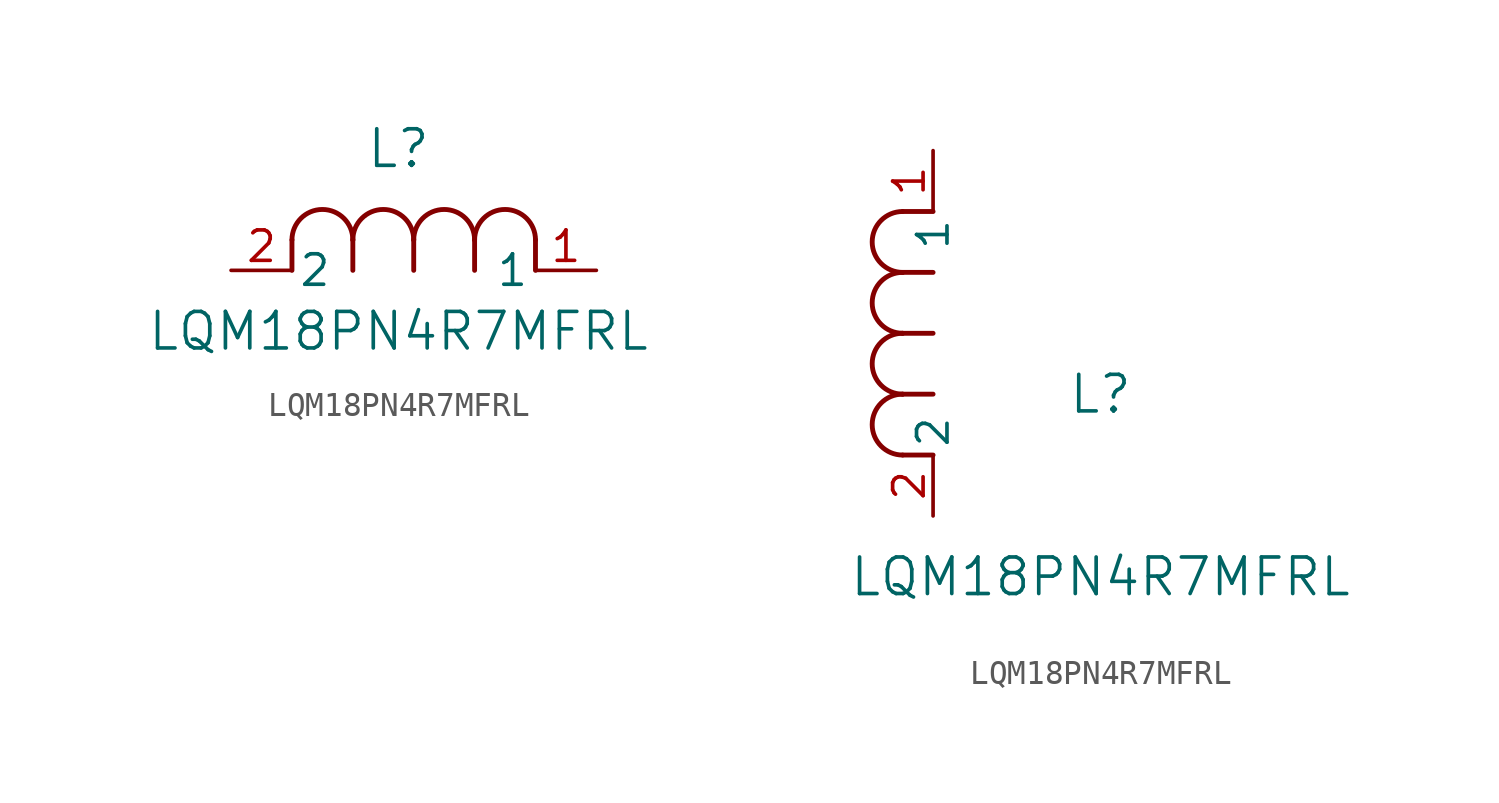
<source format=kicad_sym>
(kicad_symbol_lib
  (version 20211014)
  (generator kicad_symbol_editor)
  (symbol "LQM18PN4R7MFRL"
    (pin_names
      (offset 0.254))
    (property "Reference" "L"
      (at 6.985 5.08 0)
      (effects (font (size 1.524 1.524))))
    (property "Value" "LQM18PN4R7MFRL"
      (at 6.985 -2.54 0)
      (effects (font (size 1.524 1.524))))
    (symbol "LQM18PN4R7MFRL_1_1"
      (arc (start 7.62 1.27) (mid 6.35 2.54) (end 5.08 1.27) (stroke (width 0.2032) (type default) (color 0 0 0 0)) (fill (type none)))
      (polyline (pts (xy 5.08 0) (xy 5.08 1.27)) (stroke (width 0.203) (type default) (color 0 0 0 0)) (fill (type none)))
      (polyline (pts (xy 7.62 0) (xy 7.62 1.27)) (stroke (width 0.203) (type default) (color 0 0 0 0)) (fill (type none)))
      (polyline (pts (xy 12.7 0) (xy 12.7 1.27)) (stroke (width 0.203) (type default) (color 0 0 0 0)) (fill (type none)))
      (arc (start 5.08 1.27) (mid 3.81 2.54) (end 2.54 1.27) (stroke (width 0.2032) (type default) (color 0 0 0 0)) (fill (type none)))
      (arc (start 10.16 1.27) (mid 8.89 2.54) (end 7.62 1.27) (stroke (width 0.2032) (type default) (color 0 0 0 0)) (fill (type none)))
      (arc (start 12.7 1.27) (mid 11.43 2.54) (end 10.16 1.27) (stroke (width 0.2032) (type default) (color 0 0 0 0)) (fill (type none)))
      (polyline (pts (xy 2.54 0) (xy 2.54 1.27)) (stroke (width 0.203) (type default) (color 0 0 0 0)) (fill (type none)))
      (polyline (pts (xy 10.16 0) (xy 10.16 1.27)) (stroke (width 0.203) (type default) (color 0 0 0 0)) (fill (type none)))
      (pin unspecified line (at 0 0 0) (length 2.54) (name "2" (effects (font (size 1.27 1.27)))) (number "2" (effects (font (size 1.27 1.27)))))
      (pin unspecified line (at 15.24 0 180) (length 2.54) (name "1" (effects (font (size 1.27 1.27)))) (number "1" (effects (font (size 1.27 1.27))))))
    (symbol "LQM18PN4R7MFRL_1_2"
      (arc (start -1.27 7.62) (mid -2.54 6.35) (end -1.27 5.08) (stroke (width 0.2032) (type default) (color 0 0 0 0)) (fill (type none)))
      (arc (start -1.27 5.08) (mid -2.54 3.81) (end -1.27 2.54) (stroke (width 0.2032) (type default) (color 0 0 0 0)) (fill (type none)))
      (arc (start -1.27 12.7) (mid -2.54 11.43) (end -1.27 10.16) (stroke (width 0.2032) (type default) (color 0 0 0 0)) (fill (type none)))
      (arc (start -1.27 10.16) (mid -2.54 8.89) (end -1.27 7.62) (stroke (width 0.2032) (type default) (color 0 0 0 0)) (fill (type none)))
      (polyline (pts (xy 0 7.62) (xy -1.27 7.62)) (stroke (width 0.203) (type default) (color 0 0 0 0)) (fill (type none)))
      (polyline (pts (xy 0 5.08) (xy -1.27 5.08)) (stroke (width 0.203) (type default) (color 0 0 0 0)) (fill (type none)))
      (polyline (pts (xy 0 12.7) (xy -1.27 12.7)) (stroke (width 0.203) (type default) (color 0 0 0 0)) (fill (type none)))
      (polyline (pts (xy 0 2.54) (xy -1.27 2.54)) (stroke (width 0.203) (type default) (color 0 0 0 0)) (fill (type none)))
      (polyline (pts (xy 0 10.16) (xy -1.27 10.16)) (stroke (width 0.203) (type default) (color 0 0 0 0)) (fill (type none)))
      (pin unspecified line (at 0 0 90) (length 2.54) (name "2" (effects (font (size 1.27 1.27)))) (number "2" (effects (font (size 1.27 1.27)))))
      (pin unspecified line (at 0 15.24 270) (length 2.54) (name "1" (effects (font (size 1.27 1.27)))) (number "1" (effects (font (size 1.27 1.27))))))))
</source>
